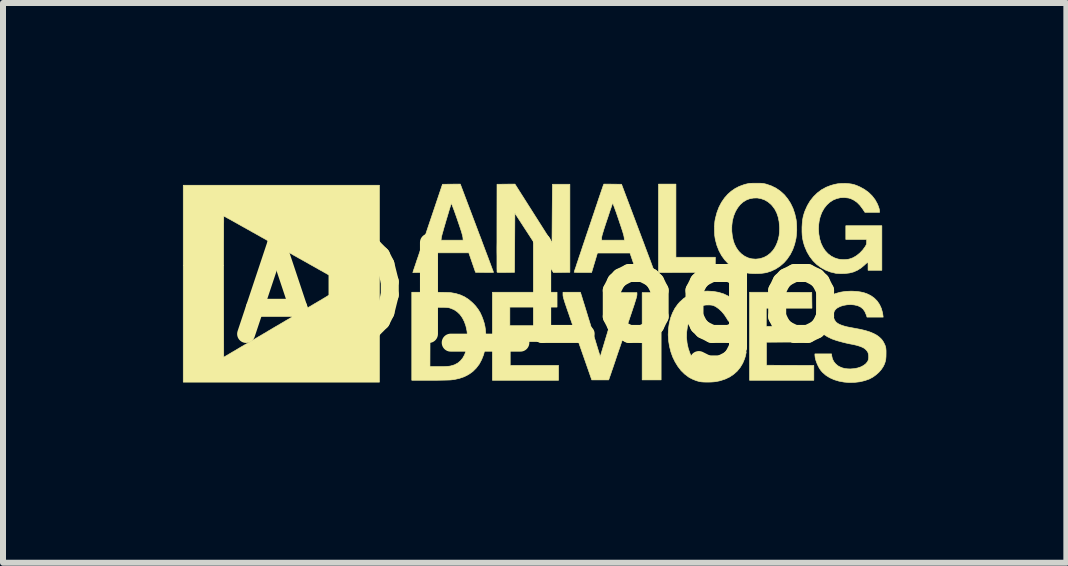
<source format=kicad_pcb>
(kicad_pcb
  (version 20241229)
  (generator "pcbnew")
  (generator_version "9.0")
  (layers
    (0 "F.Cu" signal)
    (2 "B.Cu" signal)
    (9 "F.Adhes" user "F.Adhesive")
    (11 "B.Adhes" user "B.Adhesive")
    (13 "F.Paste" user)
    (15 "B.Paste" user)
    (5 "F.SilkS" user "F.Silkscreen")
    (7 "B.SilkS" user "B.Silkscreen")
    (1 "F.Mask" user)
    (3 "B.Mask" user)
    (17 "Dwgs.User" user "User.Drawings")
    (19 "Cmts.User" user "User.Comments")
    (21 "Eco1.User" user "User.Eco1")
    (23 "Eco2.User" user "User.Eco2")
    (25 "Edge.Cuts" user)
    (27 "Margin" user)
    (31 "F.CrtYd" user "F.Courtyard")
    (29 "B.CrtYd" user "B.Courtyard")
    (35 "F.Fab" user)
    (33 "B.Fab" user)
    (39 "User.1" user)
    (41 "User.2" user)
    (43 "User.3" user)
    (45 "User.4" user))
  (footprint "ADI_Logo"
    (layer "F.Cu")
    (at 5.952 1.828)
    (property "Reference" "ADI_Logo" (at 0 0 0) (layer "F.SilkS") (effects (font (size 1.524 1.524) (thickness 0.3))))
    (attr through_hole)
    (fp_poly (pts (xy 2.02 1.456) (xy 1.704 1.456) (xy 1.704 0) (xy 2.02 0) (xy 2.02 1.456)) (stroke (width 0.01) (type solid)) (fill yes) (layer "F.SilkS"))
    (fp_poly (pts (xy 2.267 -0.589) (xy 2.924 -0.589) (xy 2.921 -0.338) (xy 2.449 -0.336) (xy 1.976 -0.334) (xy 1.976 -1.809) (xy 2.267 -1.809) (xy 2.267 -0.589)) (stroke (width 0.01) (type solid)) (fill yes) (layer "F.SilkS"))
    (fp_poly (pts (xy 0.285 0.242) (xy -0.502 0.242) (xy -0.502 0.551) (xy 0.192 0.551) (xy 0.192 0.818) (xy -0.496 0.818) (xy -0.496 1.214) (xy 0.31 1.214) (xy 0.31 1.462) (xy -0.793 1.462) (xy -0.793 -0.006) (xy 0.285 -0.006) (xy 0.285 0.242)) (stroke (width 0.01) (type solid)) (fill yes) (layer "F.SilkS"))
    (fp_poly (pts (xy 4.013 -0.005) (xy 4.532 -0.003) (xy 4.533 0.129) (xy 4.535 0.26) (xy 3.773 0.26) (xy 3.773 0.564) (xy 4.442 0.564) (xy 4.442 0.824) (xy 4.109 0.825) (xy 3.776 0.827) (xy 3.776 1.211) (xy 4.171 1.213) (xy 4.566 1.214) (xy 4.566 1.462) (xy 3.494 1.462) (xy 3.494 -0.006) (xy 4.013 -0.005)) (stroke (width 0.01) (type solid)) (fill yes) (layer "F.SilkS"))
    (fp_poly (pts (xy -0.108 -1.322) (xy 0.201 -0.835) (xy 0.204 -1.32) (xy 0.208 -1.806) (xy 0.499 -1.806) (xy 0.499 -0.338) (xy 0.362 -0.336) (xy 0.225 -0.334) (xy -0.418 -1.324) (xy -0.421 -0.831) (xy -0.424 -0.338) (xy -0.569 -0.336) (xy -0.617 -0.336) (xy -0.654 -0.336) (xy -0.681 -0.336) (xy -0.7 -0.337) (xy -0.711 -0.339) (xy -0.715 -0.342) (xy -0.716 -0.342) (xy -0.716 -0.349) (xy -0.716 -0.368) (xy -0.717 -0.398) (xy -0.717 -0.437) (xy -0.717 -0.486) (xy -0.717 -0.543) (xy -0.717 -0.609) (xy -0.718 -0.681) (xy -0.718 -0.759) (xy -0.717 -0.843) (xy -0.717 -0.931) (xy -0.717 -1.023) (xy -0.717 -1.078) (xy -0.716 -1.806) (xy -0.566 -1.808) (xy -0.417 -1.809) (xy -0.108 -1.322)) (stroke (width 0.01) (type solid)) (fill yes) (layer "F.SilkS"))
    (fp_poly (pts (xy 0.684 0.023) (xy 0.687 0.035) (xy 0.695 0.058) (xy 0.705 0.092) (xy 0.719 0.138) (xy 0.737 0.195) (xy 0.758 0.263) (xy 0.782 0.341) (xy 0.809 0.43) (xy 0.84 0.529) (xy 0.873 0.639) (xy 0.91 0.758) (xy 0.949 0.887) (xy 0.986 1.007) (xy 1.005 1.068) (xy 1.14 0.619) (xy 1.163 0.545) (xy 1.185 0.472) (xy 1.206 0.402) (xy 1.226 0.335) (xy 1.245 0.274) (xy 1.261 0.219) (xy 1.276 0.171) (xy 1.288 0.132) (xy 1.296 0.102) (xy 1.302 0.085) (xy 1.328 0) (xy 1.617 0) (xy 1.617 0.036) (xy 1.616 0.042) (xy 1.615 0.052) (xy 1.612 0.064) (xy 1.608 0.08) (xy 1.603 0.1) (xy 1.595 0.125) (xy 1.585 0.156) (xy 1.574 0.193) (xy 1.559 0.237) (xy 1.542 0.288) (xy 1.522 0.348) (xy 1.499 0.416) (xy 1.473 0.494) (xy 1.443 0.582) (xy 1.41 0.68) (xy 1.391 0.737) (xy 1.361 0.825) (xy 1.332 0.91) (xy 1.304 0.991) (xy 1.278 1.068) (xy 1.254 1.14) (xy 1.232 1.205) (xy 1.212 1.264) (xy 1.194 1.315) (xy 1.18 1.358) (xy 1.168 1.391) (xy 1.16 1.415) (xy 1.155 1.428) (xy 1.155 1.43) (xy 1.145 1.456) (xy 0.864 1.456) (xy 0.624 0.769) (xy 0.588 0.664) (xy 0.555 0.571) (xy 0.526 0.488) (xy 0.501 0.415) (xy 0.479 0.35) (xy 0.459 0.294) (xy 0.443 0.246) (xy 0.429 0.205) (xy 0.417 0.17) (xy 0.408 0.141) (xy 0.401 0.118) (xy 0.395 0.098) (xy 0.391 0.082) (xy 0.388 0.07) (xy 0.386 0.059) (xy 0.385 0.051) (xy 0.384 0.043) (xy 0.384 0.038) (xy 0.384 -0.006) (xy 0.674 -0.006) (xy 0.684 0.023)) (stroke (width 0.01) (type solid)) (fill yes) (layer "F.SilkS"))
    (fp_poly (pts (xy -1.051 -1.075) (xy -1.017 -0.984) (xy -0.983 -0.896) (xy -0.952 -0.812) (xy -0.922 -0.732) (xy -0.894 -0.658) (xy -0.868 -0.59) (xy -0.845 -0.528) (xy -0.825 -0.474) (xy -0.808 -0.428) (xy -0.794 -0.391) (xy -0.783 -0.363) (xy -0.777 -0.345) (xy -0.774 -0.338) (xy -0.774 -0.338) (xy -0.78 -0.337) (xy -0.797 -0.336) (xy -0.823 -0.336) (xy -0.856 -0.336) (xy -0.894 -0.336) (xy -0.924 -0.336) (xy -1.074 -0.338) (xy -1.13 -0.5) (xy -1.186 -0.663) (xy -1.727 -0.663) (xy -1.825 -0.338) (xy -2.12 -0.334) (xy -2.115 -0.348) (xy -2.113 -0.356) (xy -2.107 -0.374) (xy -2.097 -0.403) (xy -2.084 -0.442) (xy -2.068 -0.489) (xy -2.05 -0.544) (xy -2.028 -0.607) (xy -2.005 -0.676) (xy -1.98 -0.752) (xy -1.953 -0.832) (xy -1.939 -0.874) (xy -1.649 -0.874) (xy -1.281 -0.874) (xy -1.284 -0.915) (xy -1.286 -0.929) (xy -1.29 -0.946) (xy -1.296 -0.969) (xy -1.304 -0.998) (xy -1.315 -1.034) (xy -1.33 -1.079) (xy -1.348 -1.133) (xy -1.37 -1.197) (xy -1.38 -1.227) (xy -1.399 -1.281) (xy -1.417 -1.332) (xy -1.433 -1.377) (xy -1.448 -1.416) (xy -1.46 -1.447) (xy -1.469 -1.471) (xy -1.475 -1.484) (xy -1.477 -1.487) (xy -1.484 -1.468) (xy -1.493 -1.44) (xy -1.504 -1.404) (xy -1.517 -1.362) (xy -1.531 -1.315) (xy -1.546 -1.264) (xy -1.562 -1.212) (xy -1.577 -1.16) (xy -1.592 -1.109) (xy -1.606 -1.061) (xy -1.618 -1.017) (xy -1.629 -0.979) (xy -1.637 -0.948) (xy -1.642 -0.926) (xy -1.644 -0.915) (xy -1.649 -0.874) (xy -1.939 -0.874) (xy -1.924 -0.917) (xy -1.894 -1.006) (xy -1.868 -1.084) (xy -1.625 -1.806) (xy -1.476 -1.808) (xy -1.328 -1.809) (xy -1.051 -1.075)) (stroke (width 0.01) (type solid)) (fill yes) (layer "F.SilkS"))
    (fp_poly (pts (xy -2.676 1.493) (xy -5.947 1.493) (xy -5.947 -0.557) (xy -5.274 -0.557) (xy -5.274 -0.45) (xy -5.274 -0.337) (xy -5.274 -0.221) (xy -5.274 -0.101) (xy -5.274 -0.099) (xy -5.272 1.077) (xy -5.156 1.009) (xy -5.138 0.998) (xy -5.11 0.982) (xy -5.072 0.96) (xy -5.026 0.932) (xy -4.972 0.9) (xy -4.91 0.864) (xy -4.841 0.824) (xy -4.766 0.78) (xy -4.686 0.733) (xy -4.601 0.683) (xy -4.512 0.63) (xy -4.419 0.575) (xy -4.323 0.519) (xy -4.225 0.461) (xy -4.133 0.408) (xy -4.036 0.35) (xy -3.941 0.294) (xy -3.85 0.241) (xy -3.763 0.189) (xy -3.681 0.141) (xy -3.604 0.095) (xy -3.533 0.052) (xy -3.467 0.013) (xy -3.409 -0.021) (xy -3.358 -0.052) (xy -3.315 -0.078) (xy -3.28 -0.099) (xy -3.254 -0.115) (xy -3.238 -0.126) (xy -3.232 -0.13) (xy -3.232 -0.13) (xy -3.238 -0.134) (xy -3.254 -0.143) (xy -3.28 -0.158) (xy -3.314 -0.177) (xy -3.357 -0.201) (xy -3.407 -0.23) (xy -3.464 -0.262) (xy -3.527 -0.298) (xy -3.596 -0.337) (xy -3.67 -0.378) (xy -3.749 -0.423) (xy -3.831 -0.469) (xy -3.916 -0.517) (xy -4.004 -0.566) (xy -4.093 -0.616) (xy -4.183 -0.667) (xy -4.274 -0.718) (xy -4.365 -0.769) (xy -4.455 -0.82) (xy -4.543 -0.869) (xy -4.63 -0.918) (xy -4.713 -0.965) (xy -4.794 -1.01) (xy -4.87 -1.053) (xy -4.942 -1.093) (xy -5.008 -1.13) (xy -5.068 -1.164) (xy -5.122 -1.194) (xy -5.168 -1.22) (xy -5.207 -1.241) (xy -5.237 -1.258) (xy -5.258 -1.269) (xy -5.269 -1.275) (xy -5.271 -1.276) (xy -5.271 -1.27) (xy -5.272 -1.252) (xy -5.272 -1.223) (xy -5.272 -1.183) (xy -5.273 -1.134) (xy -5.273 -1.075) (xy -5.273 -1.007) (xy -5.273 -0.931) (xy -5.274 -0.848) (xy -5.274 -0.757) (xy -5.274 -0.66) (xy -5.274 -0.557) (xy -5.947 -0.557) (xy -5.947 -1.79) (xy -2.676 -1.79) (xy -2.676 1.493)) (stroke (width 0.01) (type solid)) (fill yes) (layer "F.SilkS"))
    (fp_poly (pts (xy -1.841 -0.006) (xy -1.78 -0.006) (xy -1.721 -0.006) (xy -1.665 -0.005) (xy -1.614 -0.004) (xy -1.57 -0.003) (xy -1.533 -0.002) (xy -1.507 -0.001) (xy -1.493 -0.000031) (xy -1.406 0.015) (xy -1.327 0.039) (xy -1.255 0.072) (xy -1.187 0.116) (xy -1.124 0.171) (xy -1.121 0.173) (xy -1.071 0.226) (xy -1.031 0.279) (xy -0.996 0.336) (xy -0.967 0.4) (xy -0.949 0.448) (xy -0.93 0.506) (xy -0.917 0.563) (xy -0.908 0.623) (xy -0.903 0.688) (xy -0.902 0.756) (xy -0.902 0.802) (xy -0.903 0.839) (xy -0.905 0.871) (xy -0.909 0.899) (xy -0.913 0.928) (xy -0.916 0.94) (xy -0.939 1.033) (xy -0.972 1.117) (xy -1.012 1.192) (xy -1.062 1.258) (xy -1.119 1.315) (xy -1.185 1.362) (xy -1.259 1.401) (xy -1.342 1.43) (xy -1.432 1.45) (xy -1.476 1.455) (xy -1.495 1.457) (xy -1.525 1.458) (xy -1.565 1.459) (xy -1.612 1.46) (xy -1.667 1.461) (xy -1.726 1.462) (xy -1.79 1.462) (xy -1.837 1.462) (xy -2.137 1.462) (xy -2.137 1.233) (xy -1.834 1.233) (xy -1.685 1.233) (xy -1.63 1.233) (xy -1.585 1.232) (xy -1.55 1.23) (xy -1.521 1.228) (xy -1.498 1.225) (xy -1.489 1.223) (xy -1.427 1.205) (xy -1.372 1.176) (xy -1.326 1.138) (xy -1.287 1.091) (xy -1.255 1.033) (xy -1.232 0.967) (xy -1.226 0.944) (xy -1.218 0.894) (xy -1.212 0.836) (xy -1.209 0.775) (xy -1.21 0.715) (xy -1.214 0.661) (xy -1.217 0.638) (xy -1.235 0.556) (xy -1.261 0.483) (xy -1.294 0.419) (xy -1.334 0.364) (xy -1.381 0.319) (xy -1.434 0.284) (xy -1.493 0.26) (xy -1.506 0.256) (xy -1.523 0.252) (xy -1.542 0.25) (xy -1.567 0.248) (xy -1.598 0.246) (xy -1.637 0.246) (xy -1.688 0.245) (xy -1.688 0.245) (xy -1.831 0.245) (xy -1.834 1.233) (xy -2.137 1.233) (xy -2.137 -0.006) (xy -1.841 -0.006)) (stroke (width 0.01) (type solid)) (fill yes) (layer "F.SilkS"))
    (fp_poly (pts (xy 1.212 -1.808) (xy 1.36 -1.806) (xy 1.631 -1.087) (xy 1.665 -0.997) (xy 1.698 -0.909) (xy 1.73 -0.825) (xy 1.759 -0.746) (xy 1.787 -0.672) (xy 1.813 -0.603) (xy 1.836 -0.542) (xy 1.856 -0.488) (xy 1.873 -0.441) (xy 1.887 -0.404) (xy 1.897 -0.376) (xy 1.904 -0.358) (xy 1.906 -0.352) (xy 1.91 -0.335) (xy 1.764 -0.335) (xy 1.714 -0.335) (xy 1.676 -0.335) (xy 1.648 -0.336) (xy 1.628 -0.338) (xy 1.617 -0.34) (xy 1.613 -0.342) (xy 1.609 -0.35) (xy 1.603 -0.368) (xy 1.593 -0.394) (xy 1.581 -0.427) (xy 1.568 -0.466) (xy 1.554 -0.505) (xy 1.501 -0.66) (xy 0.958 -0.66) (xy 0.922 -0.539) (xy 0.91 -0.499) (xy 0.898 -0.46) (xy 0.888 -0.425) (xy 0.879 -0.396) (xy 0.873 -0.377) (xy 0.873 -0.376) (xy 0.861 -0.335) (xy 0.715 -0.335) (xy 0.67 -0.335) (xy 0.632 -0.335) (xy 0.602 -0.337) (xy 0.581 -0.338) (xy 0.571 -0.34) (xy 0.57 -0.34) (xy 0.572 -0.347) (xy 0.577 -0.364) (xy 0.586 -0.392) (xy 0.599 -0.428) (xy 0.613 -0.473) (xy 0.631 -0.525) (xy 0.65 -0.584) (xy 0.672 -0.648) (xy 0.695 -0.717) (xy 0.719 -0.79) (xy 0.745 -0.866) (xy 0.759 -0.909) (xy 1.028 -0.909) (xy 1.028 -0.874) (xy 1.408 -0.874) (xy 1.404 -0.915) (xy 1.402 -0.929) (xy 1.398 -0.949) (xy 1.391 -0.974) (xy 1.382 -1.006) (xy 1.369 -1.047) (xy 1.353 -1.096) (xy 1.333 -1.155) (xy 1.31 -1.224) (xy 1.308 -1.23) (xy 1.289 -1.285) (xy 1.272 -1.336) (xy 1.255 -1.381) (xy 1.241 -1.421) (xy 1.229 -1.452) (xy 1.22 -1.476) (xy 1.214 -1.49) (xy 1.212 -1.493) (xy 1.209 -1.485) (xy 1.203 -1.467) (xy 1.194 -1.44) (xy 1.182 -1.404) (xy 1.167 -1.362) (xy 1.151 -1.313) (xy 1.134 -1.261) (xy 1.118 -1.214) (xy 1.096 -1.148) (xy 1.078 -1.093) (xy 1.063 -1.047) (xy 1.052 -1.01) (xy 1.043 -0.98) (xy 1.036 -0.956) (xy 1.032 -0.938) (xy 1.029 -0.923) (xy 1.028 -0.912) (xy 1.028 -0.909) (xy 0.759 -0.909) (xy 0.771 -0.945) (xy 0.798 -1.024) (xy 0.825 -1.104) (xy 0.852 -1.184) (xy 0.878 -1.262) (xy 0.904 -1.338) (xy 0.928 -1.411) (xy 0.952 -1.481) (xy 0.973 -1.545) (xy 0.993 -1.604) (xy 1.011 -1.656) (xy 1.026 -1.701) (xy 1.039 -1.738) (xy 1.048 -1.765) (xy 1.054 -1.783) (xy 1.057 -1.789) (xy 1.065 -1.809) (xy 1.212 -1.808)) (stroke (width 0.01) (type solid)) (fill yes) (layer "F.SilkS"))
    (fp_poly (pts (xy 5.095 -1.82) (xy 5.149 -1.816) (xy 5.195 -1.81) (xy 5.238 -1.8) (xy 5.281 -1.785) (xy 5.328 -1.764) (xy 5.332 -1.763) (xy 5.41 -1.72) (xy 5.479 -1.67) (xy 5.537 -1.613) (xy 5.586 -1.55) (xy 5.625 -1.48) (xy 5.644 -1.433) (xy 5.657 -1.392) (xy 5.662 -1.36) (xy 5.662 -1.354) (xy 5.662 -1.338) (xy 5.418 -1.338) (xy 5.381 -1.394) (xy 5.336 -1.454) (xy 5.288 -1.503) (xy 5.235 -1.54) (xy 5.18 -1.567) (xy 5.143 -1.577) (xy 5.075 -1.585) (xy 5.009 -1.582) (xy 4.946 -1.567) (xy 4.886 -1.542) (xy 4.831 -1.506) (xy 4.782 -1.461) (xy 4.739 -1.407) (xy 4.703 -1.344) (xy 4.689 -1.311) (xy 4.668 -1.25) (xy 4.655 -1.192) (xy 4.647 -1.131) (xy 4.644 -1.063) (xy 4.644 -1.062) (xy 4.649 -0.977) (xy 4.663 -0.897) (xy 4.685 -0.824) (xy 4.716 -0.758) (xy 4.754 -0.7) (xy 4.8 -0.65) (xy 4.853 -0.609) (xy 4.913 -0.578) (xy 4.968 -0.56) (xy 5.007 -0.553) (xy 5.052 -0.55) (xy 5.098 -0.551) (xy 5.14 -0.556) (xy 5.159 -0.56) (xy 5.219 -0.581) (xy 5.276 -0.614) (xy 5.331 -0.658) (xy 5.381 -0.71) (xy 5.42 -0.763) (xy 5.433 -0.785) (xy 5.441 -0.801) (xy 5.445 -0.818) (xy 5.445 -0.839) (xy 5.446 -0.844) (xy 5.446 -0.886) (xy 5.099 -0.886) (xy 5.099 -1.115) (xy 5.7 -1.115) (xy 5.7 -0.372) (xy 5.47 -0.372) (xy 5.47 -0.44) (xy 5.47 -0.467) (xy 5.469 -0.489) (xy 5.468 -0.504) (xy 5.466 -0.508) (xy 5.46 -0.504) (xy 5.448 -0.493) (xy 5.43 -0.478) (xy 5.418 -0.466) (xy 5.357 -0.414) (xy 5.295 -0.374) (xy 5.23 -0.345) (xy 5.16 -0.327) (xy 5.085 -0.318) (xy 5.04 -0.317) (xy 5.006 -0.317) (xy 4.975 -0.319) (xy 4.949 -0.32) (xy 4.931 -0.322) (xy 4.931 -0.322) (xy 4.843 -0.343) (xy 4.761 -0.375) (xy 4.685 -0.417) (xy 4.615 -0.469) (xy 4.553 -0.53) (xy 4.499 -0.6) (xy 4.453 -0.678) (xy 4.416 -0.764) (xy 4.406 -0.793) (xy 4.39 -0.848) (xy 4.379 -0.901) (xy 4.372 -0.955) (xy 4.369 -1.013) (xy 4.369 -1.079) (xy 4.369 -1.09) (xy 4.373 -1.156) (xy 4.379 -1.214) (xy 4.389 -1.268) (xy 4.404 -1.32) (xy 4.419 -1.363) (xy 4.458 -1.45) (xy 4.505 -1.529) (xy 4.561 -1.599) (xy 4.624 -1.661) (xy 4.694 -1.714) (xy 4.771 -1.756) (xy 4.848 -1.786) (xy 4.908 -1.803) (xy 4.963 -1.814) (xy 5.018 -1.819) (xy 5.078 -1.82) (xy 5.095 -1.82)) (stroke (width 0.01) (type solid)) (fill yes) (layer "F.SilkS"))
    (fp_poly (pts (xy 3.644 -1.823) (xy 3.676 -1.823) (xy 3.701 -1.821) (xy 3.723 -1.819) (xy 3.743 -1.815) (xy 3.765 -1.81) (xy 3.776 -1.807) (xy 3.86 -1.778) (xy 3.938 -1.739) (xy 4.009 -1.69) (xy 4.073 -1.632) (xy 4.129 -1.564) (xy 4.178 -1.488) (xy 4.218 -1.405) (xy 4.249 -1.313) (xy 4.271 -1.215) (xy 4.277 -1.163) (xy 4.28 -1.103) (xy 4.281 -1.039) (xy 4.277 -0.977) (xy 4.271 -0.92) (xy 4.269 -0.904) (xy 4.246 -0.806) (xy 4.214 -0.716) (xy 4.172 -0.633) (xy 4.12 -0.557) (xy 4.068 -0.498) (xy 4.002 -0.441) (xy 3.93 -0.394) (xy 3.853 -0.358) (xy 3.776 -0.333) (xy 3.739 -0.327) (xy 3.694 -0.321) (xy 3.643 -0.318) (xy 3.59 -0.317) (xy 3.539 -0.318) (xy 3.492 -0.322) (xy 3.454 -0.327) (xy 3.449 -0.328) (xy 3.402 -0.339) (xy 3.362 -0.351) (xy 3.326 -0.365) (xy 3.287 -0.382) (xy 3.281 -0.386) (xy 3.206 -0.43) (xy 3.139 -0.483) (xy 3.08 -0.546) (xy 3.028 -0.618) (xy 2.985 -0.698) (xy 2.95 -0.786) (xy 2.925 -0.88) (xy 2.92 -0.906) (xy 2.913 -0.955) (xy 2.91 -1.011) (xy 2.91 -1.024) (xy 3.198 -1.024) (xy 3.207 -0.942) (xy 3.224 -0.863) (xy 3.242 -0.811) (xy 3.274 -0.747) (xy 3.314 -0.69) (xy 3.36 -0.644) (xy 3.413 -0.606) (xy 3.47 -0.579) (xy 3.531 -0.563) (xy 3.596 -0.558) (xy 3.663 -0.565) (xy 3.671 -0.567) (xy 3.733 -0.586) (xy 3.791 -0.617) (xy 3.843 -0.658) (xy 3.85 -0.666) (xy 3.885 -0.704) (xy 3.912 -0.743) (xy 3.936 -0.787) (xy 3.957 -0.836) (xy 3.975 -0.892) (xy 3.987 -0.948) (xy 3.993 -1.006) (xy 3.995 -1.072) (xy 3.994 -1.097) (xy 3.987 -1.182) (xy 3.971 -1.26) (xy 3.947 -1.33) (xy 3.914 -1.393) (xy 3.871 -1.45) (xy 3.85 -1.472) (xy 3.8 -1.514) (xy 3.744 -1.546) (xy 3.684 -1.567) (xy 3.622 -1.578) (xy 3.558 -1.576) (xy 3.495 -1.564) (xy 3.442 -1.544) (xy 3.388 -1.511) (xy 3.339 -1.468) (xy 3.297 -1.415) (xy 3.26 -1.353) (xy 3.231 -1.282) (xy 3.226 -1.267) (xy 3.207 -1.19) (xy 3.198 -1.108) (xy 3.198 -1.024) (xy 2.91 -1.024) (xy 2.909 -1.072) (xy 2.911 -1.132) (xy 2.916 -1.188) (xy 2.924 -1.233) (xy 2.95 -1.332) (xy 2.984 -1.423) (xy 3.027 -1.505) (xy 3.078 -1.579) (xy 3.131 -1.639) (xy 3.19 -1.691) (xy 3.252 -1.734) (xy 3.319 -1.769) (xy 3.395 -1.797) (xy 3.432 -1.808) (xy 3.455 -1.813) (xy 3.475 -1.818) (xy 3.496 -1.821) (xy 3.519 -1.822) (xy 3.549 -1.823) (xy 3.587 -1.823) (xy 3.602 -1.823) (xy 3.644 -1.823)) (stroke (width 0.01) (type solid)) (fill yes) (layer "F.SilkS"))
    (fp_poly (pts (xy 2.889 -0.02) (xy 2.979 -0.004) (xy 3.061 0.021) (xy 3.137 0.057) (xy 3.205 0.102) (xy 3.266 0.157) (xy 3.319 0.222) (xy 3.365 0.297) (xy 3.403 0.382) (xy 3.416 0.417) (xy 3.423 0.44) (xy 3.429 0.459) (xy 3.432 0.47) (xy 3.432 0.472) (xy 3.426 0.473) (xy 3.41 0.474) (xy 3.384 0.476) (xy 3.351 0.476) (xy 3.312 0.477) (xy 3.287 0.477) (xy 3.143 0.477) (xy 3.114 0.429) (xy 3.074 0.368) (xy 3.029 0.314) (xy 2.98 0.269) (xy 2.93 0.234) (xy 2.912 0.225) (xy 2.89 0.216) (xy 2.869 0.21) (xy 2.842 0.207) (xy 2.82 0.206) (xy 2.765 0.207) (xy 2.716 0.215) (xy 2.671 0.233) (xy 2.629 0.261) (xy 2.588 0.298) (xy 2.562 0.326) (xy 2.543 0.351) (xy 2.526 0.378) (xy 2.513 0.404) (xy 2.48 0.485) (xy 2.458 0.571) (xy 2.446 0.66) (xy 2.444 0.751) (xy 2.453 0.842) (xy 2.472 0.93) (xy 2.501 1.014) (xy 2.516 1.047) (xy 2.533 1.079) (xy 2.548 1.104) (xy 2.565 1.127) (xy 2.586 1.15) (xy 2.598 1.162) (xy 2.646 1.204) (xy 2.695 1.234) (xy 2.747 1.254) (xy 2.803 1.263) (xy 2.831 1.264) (xy 2.89 1.259) (xy 2.943 1.245) (xy 2.991 1.219) (xy 3.037 1.183) (xy 3.046 1.174) (xy 3.069 1.15) (xy 3.086 1.128) (xy 3.102 1.103) (xy 3.118 1.071) (xy 3.119 1.069) (xy 3.131 1.043) (xy 3.142 1.02) (xy 3.15 1.004) (xy 3.153 0.997) (xy 3.156 0.994) (xy 3.164 0.992) (xy 3.177 0.99) (xy 3.197 0.989) (xy 3.225 0.988) (xy 3.263 0.987) (xy 3.299 0.986) (xy 3.44 0.985) (xy 3.435 1.014) (xy 3.431 1.034) (xy 3.425 1.06) (xy 3.416 1.089) (xy 3.413 1.1) (xy 3.381 1.177) (xy 3.339 1.247) (xy 3.289 1.309) (xy 3.229 1.362) (xy 3.162 1.407) (xy 3.085 1.443) (xy 3.002 1.47) (xy 2.934 1.484) (xy 2.9 1.488) (xy 2.859 1.491) (xy 2.814 1.492) (xy 2.769 1.492) (xy 2.726 1.491) (xy 2.689 1.488) (xy 2.661 1.484) (xy 2.661 1.484) (xy 2.608 1.469) (xy 2.552 1.447) (xy 2.5 1.421) (xy 2.478 1.408) (xy 2.412 1.358) (xy 2.352 1.299) (xy 2.299 1.23) (xy 2.253 1.155) (xy 2.213 1.073) (xy 2.182 0.986) (xy 2.159 0.894) (xy 2.144 0.8) (xy 2.138 0.705) (xy 2.142 0.608) (xy 2.155 0.516) (xy 2.178 0.423) (xy 2.21 0.339) (xy 2.25 0.262) (xy 2.3 0.192) (xy 2.332 0.156) (xy 2.393 0.1) (xy 2.462 0.054) (xy 2.537 0.019) (xy 2.619 -0.006) (xy 2.707 -0.021) (xy 2.792 -0.025) (xy 2.889 -0.02)) (stroke (width 0.01) (type solid)) (fill yes) (layer "F.SilkS"))
    (fp_poly (pts (xy 5.219 -0.023) (xy 5.288 -0.019) (xy 5.348 -0.01) (xy 5.401 0.002) (xy 5.451 0.019) (xy 5.518 0.052) (xy 5.575 0.093) (xy 5.623 0.142) (xy 5.662 0.2) (xy 5.692 0.265) (xy 5.712 0.338) (xy 5.717 0.371) (xy 5.722 0.409) (xy 5.453 0.409) (xy 5.439 0.368) (xy 5.417 0.317) (xy 5.388 0.276) (xy 5.351 0.244) (xy 5.306 0.222) (xy 5.293 0.217) (xy 5.238 0.205) (xy 5.18 0.2) (xy 5.12 0.203) (xy 5.063 0.213) (xy 5.01 0.229) (xy 4.964 0.252) (xy 4.946 0.264) (xy 4.93 0.279) (xy 4.915 0.298) (xy 4.908 0.308) (xy 4.895 0.343) (xy 4.891 0.381) (xy 4.897 0.42) (xy 4.911 0.457) (xy 4.934 0.488) (xy 4.941 0.496) (xy 4.965 0.514) (xy 4.994 0.53) (xy 5.029 0.544) (xy 5.071 0.558) (xy 5.121 0.571) (xy 5.182 0.583) (xy 5.247 0.595) (xy 5.343 0.613) (xy 5.426 0.633) (xy 5.499 0.656) (xy 5.562 0.682) (xy 5.616 0.711) (xy 5.66 0.744) (xy 5.697 0.78) (xy 5.726 0.822) (xy 5.749 0.868) (xy 5.756 0.886) (xy 5.762 0.904) (xy 5.766 0.922) (xy 5.768 0.943) (xy 5.77 0.969) (xy 5.77 1.004) (xy 5.77 1.016) (xy 5.769 1.07) (xy 5.765 1.115) (xy 5.756 1.154) (xy 5.743 1.192) (xy 5.724 1.231) (xy 5.72 1.238) (xy 5.689 1.284) (xy 5.649 1.33) (xy 5.601 1.372) (xy 5.55 1.409) (xy 5.498 1.437) (xy 5.493 1.44) (xy 5.417 1.467) (xy 5.333 1.487) (xy 5.245 1.497) (xy 5.154 1.499) (xy 5.069 1.492) (xy 4.983 1.476) (xy 4.904 1.452) (xy 4.831 1.419) (xy 4.767 1.379) (xy 4.712 1.331) (xy 4.688 1.304) (xy 4.661 1.267) (xy 4.637 1.222) (xy 4.616 1.175) (xy 4.599 1.127) (xy 4.588 1.082) (xy 4.584 1.044) (xy 4.584 1.022) (xy 4.861 1.022) (xy 4.865 1.057) (xy 4.876 1.105) (xy 4.898 1.149) (xy 4.929 1.188) (xy 4.968 1.221) (xy 5.002 1.239) (xy 5.044 1.256) (xy 5.085 1.266) (xy 5.129 1.271) (xy 5.173 1.273) (xy 5.236 1.268) (xy 5.295 1.257) (xy 5.349 1.239) (xy 5.395 1.215) (xy 5.433 1.186) (xy 5.461 1.152) (xy 5.466 1.143) (xy 5.476 1.116) (xy 5.48 1.082) (xy 5.479 1.046) (xy 5.473 1.013) (xy 5.466 0.994) (xy 5.449 0.968) (xy 5.428 0.946) (xy 5.402 0.926) (xy 5.369 0.909) (xy 5.327 0.893) (xy 5.277 0.878) (xy 5.216 0.864) (xy 5.167 0.855) (xy 5.116 0.844) (xy 5.061 0.831) (xy 5.005 0.816) (xy 4.951 0.801) (xy 4.904 0.785) (xy 4.865 0.771) (xy 4.865 0.771) (xy 4.793 0.736) (xy 4.732 0.697) (xy 4.683 0.653) (xy 4.646 0.604) (xy 4.619 0.551) (xy 4.604 0.492) (xy 4.6 0.428) (xy 4.603 0.384) (xy 4.617 0.316) (xy 4.64 0.255) (xy 4.674 0.198) (xy 4.72 0.144) (xy 4.727 0.136) (xy 4.785 0.088) (xy 4.85 0.048) (xy 4.924 0.017) (xy 5.006 -0.006) (xy 5.093 -0.02) (xy 5.187 -0.024) (xy 5.219 -0.023)) (stroke (width 0.01) (type solid)) (fill yes) (layer "F.SilkS")))
  (gr_rect
    (start -3 -3)
    (end 14.728 6.332)
    (stroke (width 0.1) (type default))
    (fill no)
    (layer "Edge.Cuts")))
</source>
